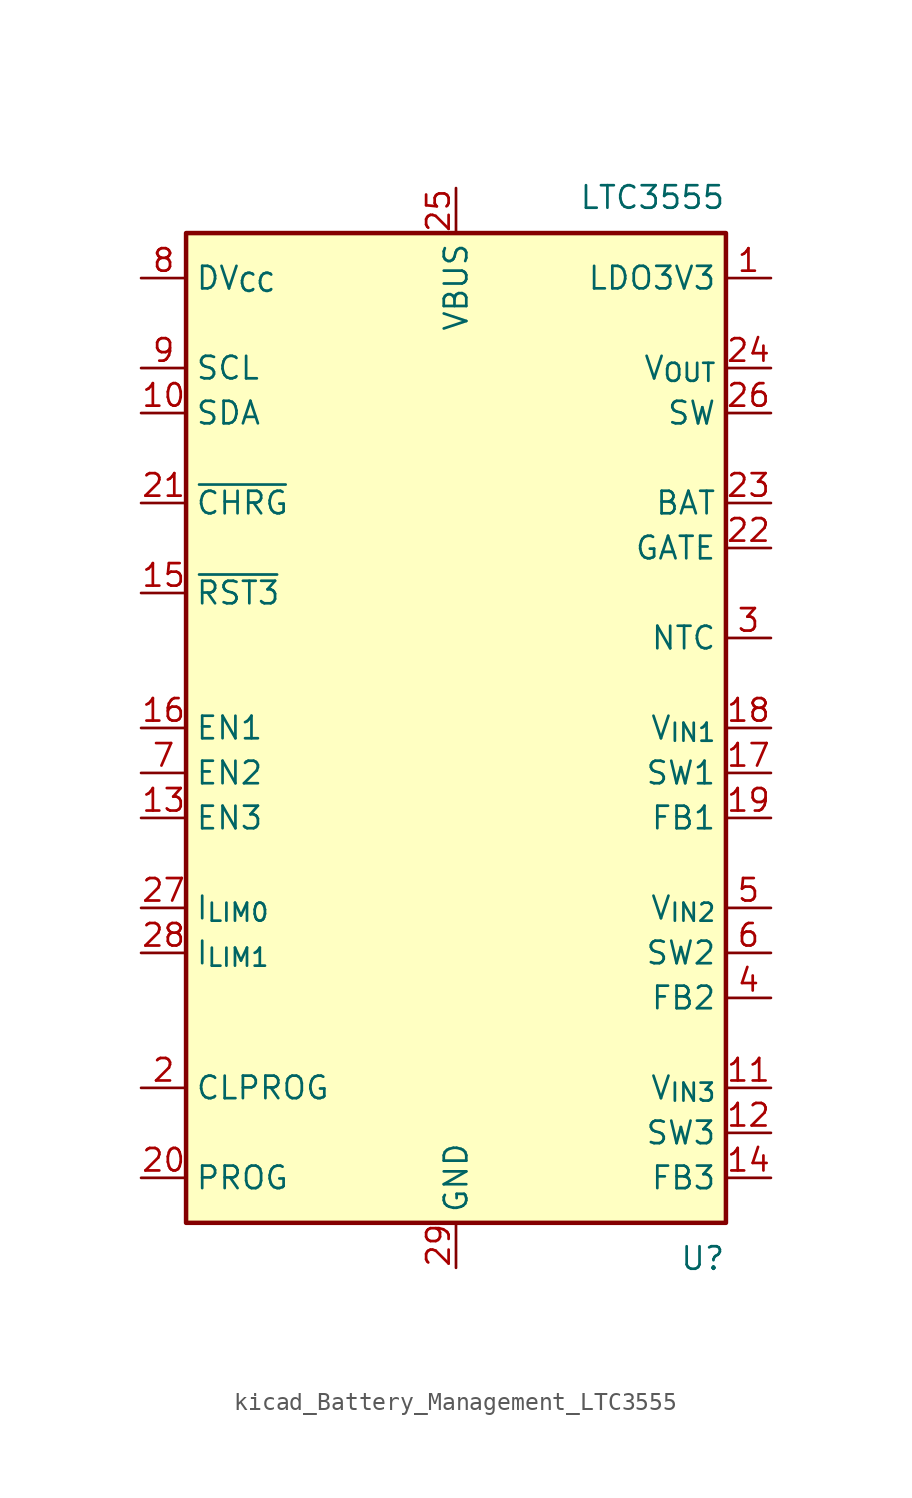
<source format=kicad_sym>
(kicad_symbol_lib
  (version 20220914)
  (generator kicad_symbol_editor)
  (symbol "kicad_Battery_Management_LTC3555"
    (property "Reference" "U"
      (at 15.24 -29.21 0)
      (effects (font (size 1.27 1.27)) (justify right top)))
    (property "Value" "LTC3555"
      (at 15.24 29.21 0)
      (effects (font (size 1.27 1.27)) (justify right bottom)))
    (symbol "kicad_Battery_Management_LTC3555_0_1"
      (rectangle (start -15.24 27.94) (end 15.24 -27.94) (stroke (width 0.254) (type default)) (fill (type background))))
    (symbol "kicad_Battery_Management_LTC3555_1_1"
      (pin power_out line (at 17.78 25.4 180) (length 2.54) (name "LDO3V3" (effects (font (size 1.27 1.27)))) (number "1" (effects (font (size 1.27 1.27)))))
      (pin bidirectional line (at -17.78 17.78 0) (length 2.54) (name "SDA" (effects (font (size 1.27 1.27)))) (number "10" (effects (font (size 1.27 1.27)))))
      (pin power_in line (at 17.78 -20.32 180) (length 2.54) (name "V_{IN3}" (effects (font (size 1.27 1.27)))) (number "11" (effects (font (size 1.27 1.27)))))
      (pin power_out line (at 17.78 -22.86 180) (length 2.54) (name "SW3" (effects (font (size 1.27 1.27)))) (number "12" (effects (font (size 1.27 1.27)))))
      (pin input line (at -17.78 -5.08 0) (length 2.54) (name "EN3" (effects (font (size 1.27 1.27)))) (number "13" (effects (font (size 1.27 1.27)))))
      (pin input line (at 17.78 -25.4 180) (length 2.54) (name "FB3" (effects (font (size 1.27 1.27)))) (number "14" (effects (font (size 1.27 1.27)))))
      (pin open_collector line (at -17.78 7.62 0) (length 2.54) (name "~{RST3}" (effects (font (size 1.27 1.27)))) (number "15" (effects (font (size 1.27 1.27)))))
      (pin input line (at -17.78 0 0) (length 2.54) (name "EN1" (effects (font (size 1.27 1.27)))) (number "16" (effects (font (size 1.27 1.27)))))
      (pin power_out line (at 17.78 -2.54 180) (length 2.54) (name "SW1" (effects (font (size 1.27 1.27)))) (number "17" (effects (font (size 1.27 1.27)))))
      (pin power_in line (at 17.78 0 180) (length 2.54) (name "V_{IN1}" (effects (font (size 1.27 1.27)))) (number "18" (effects (font (size 1.27 1.27)))))
      (pin input line (at 17.78 -5.08 180) (length 2.54) (name "FB1" (effects (font (size 1.27 1.27)))) (number "19" (effects (font (size 1.27 1.27)))))
      (pin passive line (at -17.78 -20.32 0) (length 2.54) (name "CLPROG" (effects (font (size 1.27 1.27)))) (number "2" (effects (font (size 1.27 1.27)))))
      (pin passive line (at -17.78 -25.4 0) (length 2.54) (name "PROG" (effects (font (size 1.27 1.27)))) (number "20" (effects (font (size 1.27 1.27)))))
      (pin open_collector line (at -17.78 12.7 0) (length 2.54) (name "~{CHRG}" (effects (font (size 1.27 1.27)))) (number "21" (effects (font (size 1.27 1.27)))))
      (pin output line (at 17.78 10.16 180) (length 2.54) (name "GATE" (effects (font (size 1.27 1.27)))) (number "22" (effects (font (size 1.27 1.27)))))
      (pin power_out line (at 17.78 12.7 180) (length 2.54) (name "BAT" (effects (font (size 1.27 1.27)))) (number "23" (effects (font (size 1.27 1.27)))))
      (pin power_out line (at 17.78 20.32 180) (length 2.54) (name "V_{OUT}" (effects (font (size 1.27 1.27)))) (number "24" (effects (font (size 1.27 1.27)))))
      (pin power_in line (at 0 30.48 270) (length 2.54) (name "VBUS" (effects (font (size 1.27 1.27)))) (number "25" (effects (font (size 1.27 1.27)))))
      (pin power_out line (at 17.78 17.78 180) (length 2.54) (name "SW" (effects (font (size 1.27 1.27)))) (number "26" (effects (font (size 1.27 1.27)))))
      (pin input line (at -17.78 -10.16 0) (length 2.54) (name "I_{LIM0}" (effects (font (size 1.27 1.27)))) (number "27" (effects (font (size 1.27 1.27)))))
      (pin input line (at -17.78 -12.7 0) (length 2.54) (name "I_{LIM1}" (effects (font (size 1.27 1.27)))) (number "28" (effects (font (size 1.27 1.27)))))
      (pin power_in line (at 0 -30.48 90) (length 2.54) (name "GND" (effects (font (size 1.27 1.27)))) (number "29" (effects (font (size 1.27 1.27)))))
      (pin passive line (at 17.78 5.08 180) (length 2.54) (name "NTC" (effects (font (size 1.27 1.27)))) (number "3" (effects (font (size 1.27 1.27)))))
      (pin input line (at 17.78 -15.24 180) (length 2.54) (name "FB2" (effects (font (size 1.27 1.27)))) (number "4" (effects (font (size 1.27 1.27)))))
      (pin power_in line (at 17.78 -10.16 180) (length 2.54) (name "V_{IN2}" (effects (font (size 1.27 1.27)))) (number "5" (effects (font (size 1.27 1.27)))))
      (pin power_out line (at 17.78 -12.7 180) (length 2.54) (name "SW2" (effects (font (size 1.27 1.27)))) (number "6" (effects (font (size 1.27 1.27)))))
      (pin input line (at -17.78 -2.54 0) (length 2.54) (name "EN2" (effects (font (size 1.27 1.27)))) (number "7" (effects (font (size 1.27 1.27)))))
      (pin power_in line (at -17.78 25.4 0) (length 2.54) (name "DV_{CC}" (effects (font (size 1.27 1.27)))) (number "8" (effects (font (size 1.27 1.27)))))
      (pin input line (at -17.78 20.32 0) (length 2.54) (name "SCL" (effects (font (size 1.27 1.27)))) (number "9" (effects (font (size 1.27 1.27))))))))
</source>
